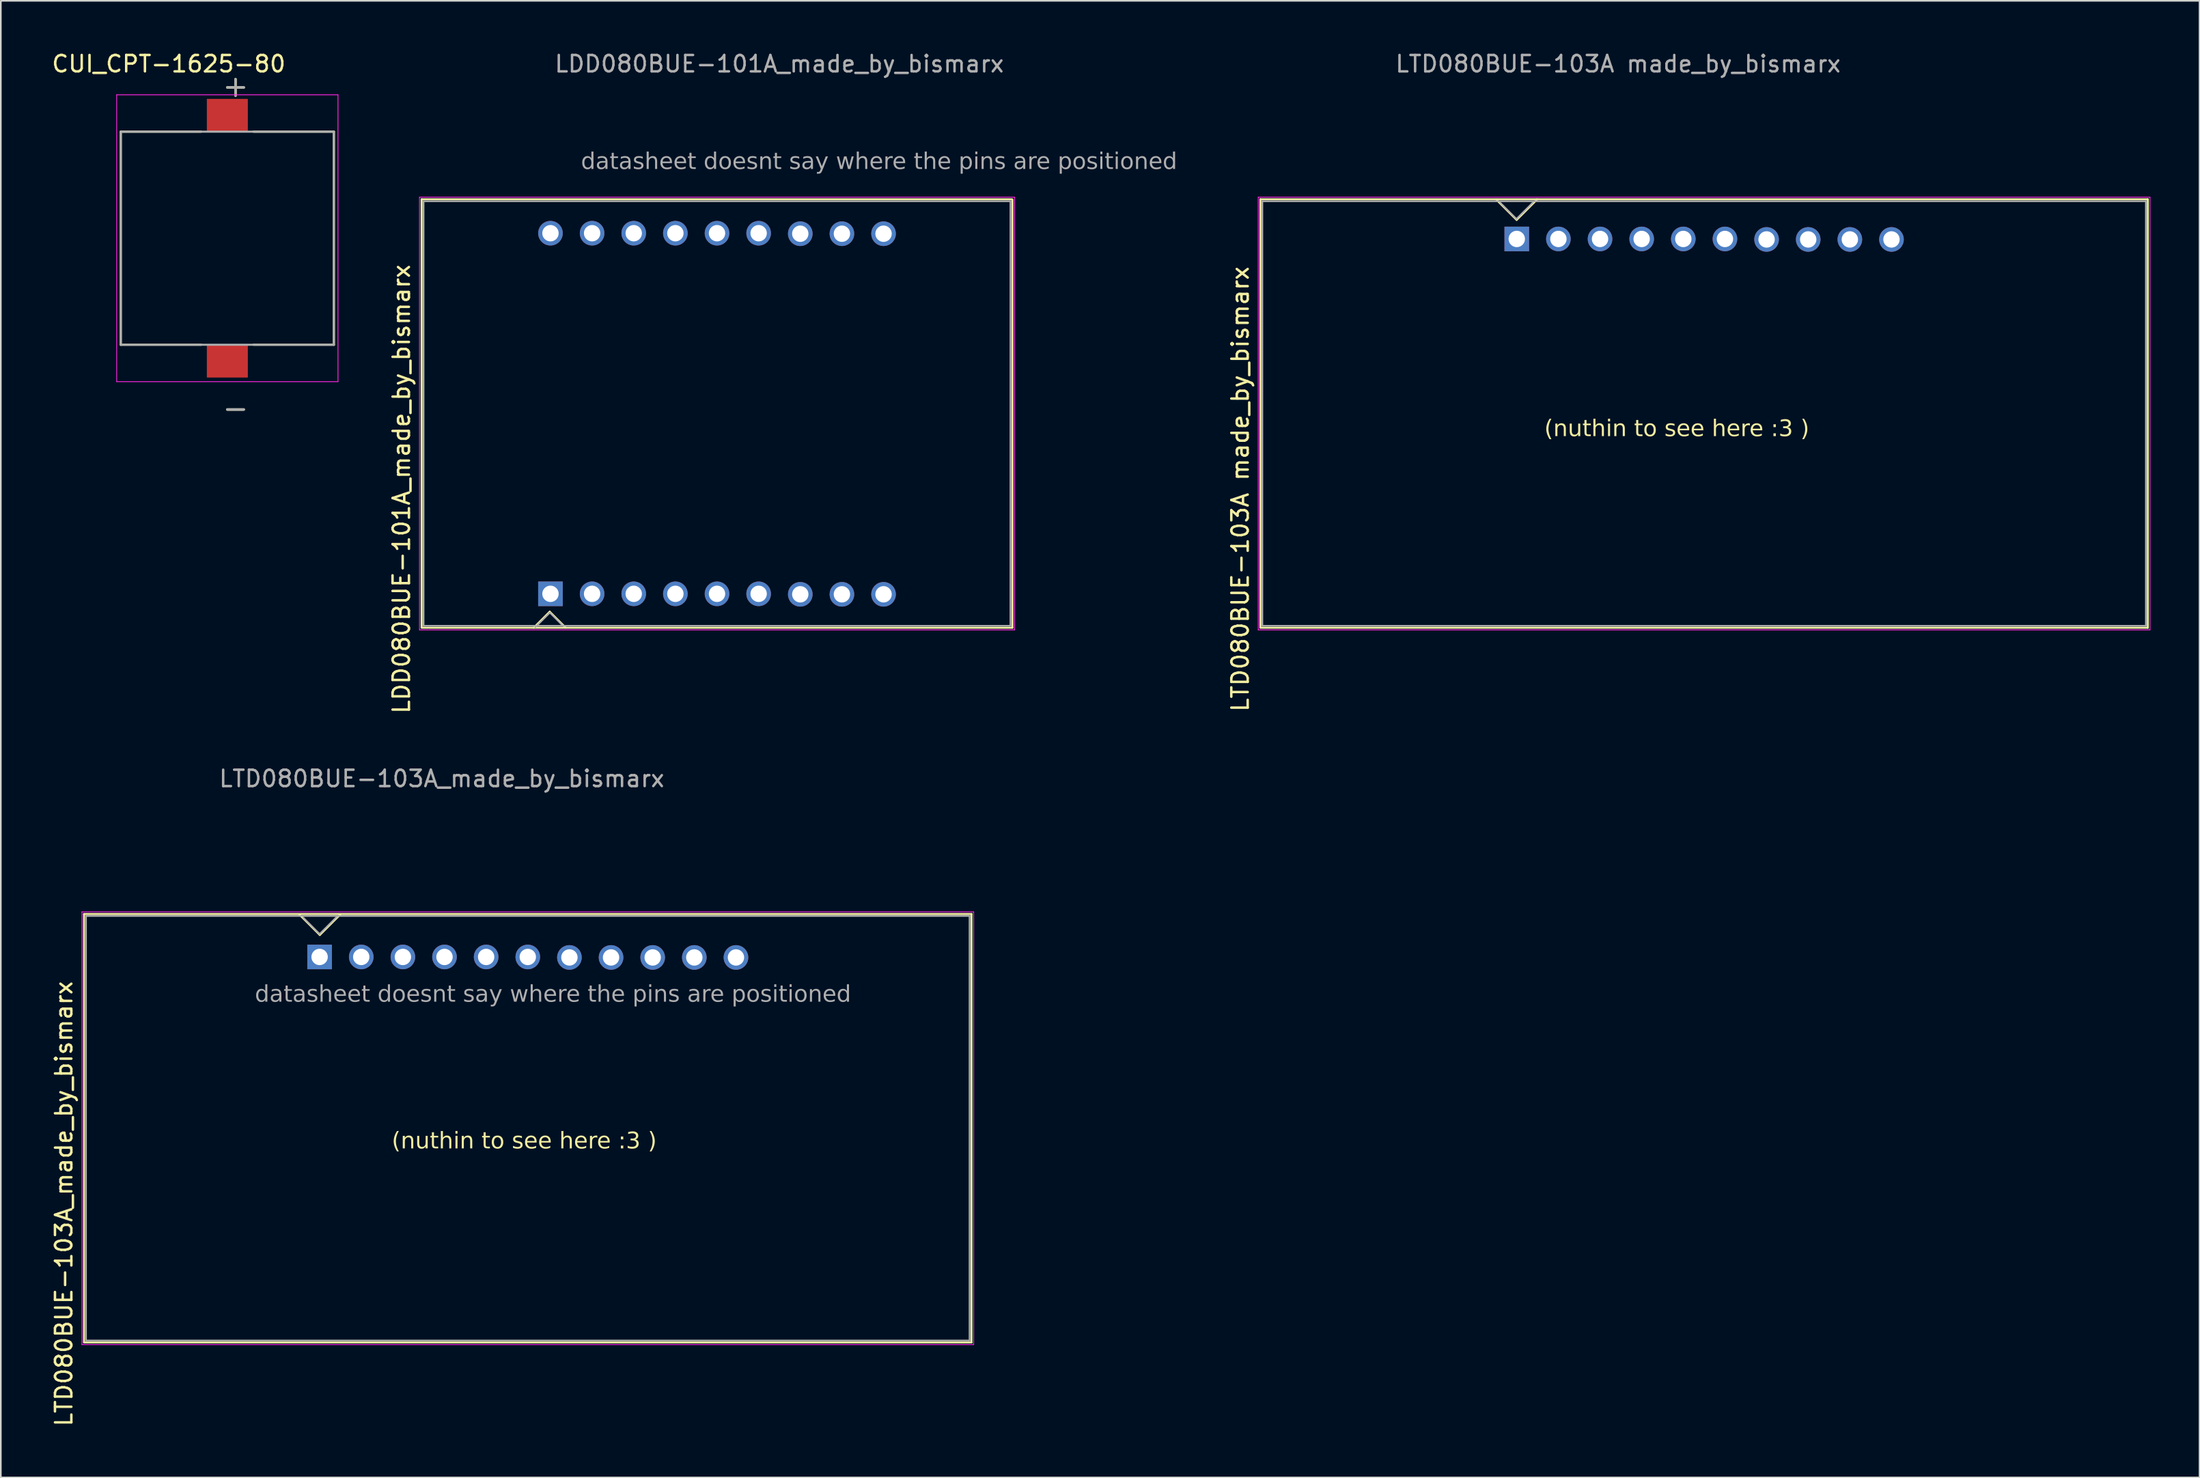
<source format=kicad_pcb>
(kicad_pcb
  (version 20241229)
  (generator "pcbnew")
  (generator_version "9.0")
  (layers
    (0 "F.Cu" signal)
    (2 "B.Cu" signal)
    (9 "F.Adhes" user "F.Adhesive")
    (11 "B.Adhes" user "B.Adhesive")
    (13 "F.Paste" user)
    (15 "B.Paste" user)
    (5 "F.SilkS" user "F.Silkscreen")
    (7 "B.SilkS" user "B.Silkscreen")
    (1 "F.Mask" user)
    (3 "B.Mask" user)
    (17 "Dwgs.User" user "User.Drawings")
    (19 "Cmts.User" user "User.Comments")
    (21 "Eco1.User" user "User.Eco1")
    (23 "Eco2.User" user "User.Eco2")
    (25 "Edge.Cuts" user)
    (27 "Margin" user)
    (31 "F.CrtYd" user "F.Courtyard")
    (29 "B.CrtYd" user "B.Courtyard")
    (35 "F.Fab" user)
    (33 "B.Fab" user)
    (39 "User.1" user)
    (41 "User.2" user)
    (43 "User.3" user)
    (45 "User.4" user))
  (footprint "LTD080BUE-103A made_by_bismarx"
    (layer "F.Cu")
    (at 73.962 35.128)
    (property "Reference" "LTD080BUE-103A made_by_bismarx" (at -1.35 -8.34 90) (layer "F.SilkS") (effects (font (size 1 1) (thickness 0.15))))
    (attr through_hole)
    (fp_line (start -0.12 0.1) (end -0.12 -26.02) (stroke (width 0.12) (type solid)) (layer "F.SilkS"))
    (fp_line (start -0.12 0.12) (end 54.02 0.12) (stroke (width 0.12) (type solid)) (layer "F.SilkS"))
    (fp_line (start 14.271 -26.003) (end 15.513 -24.761) (stroke (width 0.12) (type solid)) (layer "F.SilkS"))
    (fp_line (start 15.512 -24.762) (end 16.765 -26.015) (stroke (width 0.12) (type solid)) (layer "F.SilkS"))
    (fp_line (start 54.02 -26.02) (end -0.12 -26.02) (stroke (width 0.12) (type solid)) (layer "F.SilkS"))
    (fp_line (start 54.02 0.12) (end 54.02 -26.02) (stroke (width 0.12) (type solid)) (layer "F.SilkS"))
    (fp_line (start -0.25 -26.15) (end 54.15 -26.15) (stroke (width 0.05) (type solid)) (layer "F.CrtYd"))
    (fp_line (start -0.25 0.25) (end -0.25 -26.15) (stroke (width 0.05) (type solid)) (layer "F.CrtYd"))
    (fp_line (start 54.15 -26.15) (end 54.15 0.25) (stroke (width 0.05) (type solid)) (layer "F.CrtYd"))
    (fp_line (start 54.15 0.25) (end -0.25 0.25) (stroke (width 0.05) (type solid)) (layer "F.CrtYd"))
    (fp_line (start 0 -25.9) (end 53.9 -25.9) (stroke (width 0.1) (type solid)) (layer "F.Fab"))
    (fp_line (start 0 0) (end 0 -25.9) (stroke (width 0.1) (type solid)) (layer "F.Fab"))
    (fp_line (start 0 0) (end 53.9 0) (stroke (width 0.1) (type solid)) (layer "F.Fab"))
    (fp_line (start 14.5 -25.82) (end 15.5 -24.82) (stroke (width 0.1) (type solid)) (layer "F.Fab"))
    (fp_line (start 15.5 -24.82) (end 16.5 -25.82) (stroke (width 0.1) (type solid)) (layer "F.Fab"))
    (fp_line (start 53.9 0) (end 53.9 -25.9) (stroke (width 0.1) (type solid)) (layer "F.Fab"))
    (fp_text user "(nuthin to see here :3 )" (at 17.2 -11.4 0) (unlocked yes) (layer "F.SilkS") (effects (font (face "Bahnschrift") (size 1 1) (thickness 0.1)) (justify left bottom)))
    (fp_text user "${REFERENCE}" (at 21.7 -34.28 180) (layer "F.Fab") (effects (font (size 1 1) (thickness 0.15))))
    (pad "1" thru_hole rect (at 15.52 -23.6 90) (size 1.5 1.5) (drill 1) (layers "*.Cu" "*.Mask"))
    (pad "2" thru_hole circle (at 18.06 -23.6 90) (size 1.5 1.5) (drill 1) (layers "*.Cu" "*.Mask"))
    (pad "3" thru_hole circle (at 20.6 -23.6 90) (size 1.5 1.5) (drill 1) (layers "*.Cu" "*.Mask"))
    (pad "4" thru_hole circle (at 23.14 -23.6 90) (size 1.5 1.5) (drill 1) (layers "*.Cu" "*.Mask"))
    (pad "5" thru_hole circle (at 25.68 -23.6 90) (size 1.5 1.5) (drill 1) (layers "*.Cu" "*.Mask"))
    (pad "6" thru_hole circle (at 28.22 -23.6 90) (size 1.5 1.5) (drill 1) (layers "*.Cu" "*.Mask"))
    (pad "7" thru_hole circle (at 30.76 -23.57 90) (size 1.5 1.5) (drill 1) (layers "*.Cu" "*.Mask"))
    (pad "8" thru_hole circle (at 33.3 -23.57 90) (size 1.5 1.5) (drill 1) (layers "*.Cu" "*.Mask"))
    (pad "9" thru_hole circle (at 35.84 -23.57 90) (size 1.5 1.5) (drill 1) (layers "*.Cu" "*.Mask"))
    (pad "10" thru_hole circle (at 38.38 -23.57 90) (size 1.5 1.5) (drill 1) (layers "*.Cu" "*.Mask")))
  (footprint "LDD080BUE-101A_made_by_bismarx"
    (layer "F.Cu")
    (at 22.792 35.128)
    (property "Reference" "LDD080BUE-101A_made_by_bismarx" (at -1.35 -8.34 90) (layer "F.SilkS") (effects (font (size 1 1) (thickness 0.15))))
    (attr through_hole)
    (fp_line (start -0.12 0.1) (end -0.12 -26.02) (stroke (width 0.12) (type solid)) (layer "F.SilkS"))
    (fp_line (start -0.12 0.12) (end 35.92 0.12) (stroke (width 0.12) (type solid)) (layer "F.SilkS"))
    (fp_line (start 7.694 -0.858) (end 6.722 0.114) (stroke (width 0.12) (type solid)) (layer "F.SilkS"))
    (fp_line (start 8.66 0.108) (end 7.693 -0.859) (stroke (width 0.12) (type solid)) (layer "F.SilkS"))
    (fp_line (start 35.9 -26.02) (end -0.12 -26.02) (stroke (width 0.12) (type solid)) (layer "F.SilkS"))
    (fp_line (start 35.92 0.11) (end 35.92 -26) (stroke (width 0.12) (type solid)) (layer "F.SilkS"))
    (fp_line (start -0.25 -26.15) (end 36.05 -26.15) (stroke (width 0.05) (type solid)) (layer "F.CrtYd"))
    (fp_line (start -0.25 0.25) (end -0.25 -26.15) (stroke (width 0.05) (type solid)) (layer "F.CrtYd"))
    (fp_line (start 36.05 -26.15) (end 36.05 0.25) (stroke (width 0.05) (type solid)) (layer "F.CrtYd"))
    (fp_line (start 36.05 0.25) (end -0.25 0.25) (stroke (width 0.05) (type solid)) (layer "F.CrtYd"))
    (fp_line (start 0 -25.9) (end 35.8 -25.9) (stroke (width 0.1) (type solid)) (layer "F.Fab"))
    (fp_line (start 0 0) (end 0 -25.9) (stroke (width 0.1) (type solid)) (layer "F.Fab"))
    (fp_line (start 0 0) (end 35.8 0) (stroke (width 0.1) (type solid)) (layer "F.Fab"))
    (fp_line (start 7.7 -0.8) (end 6.813 0.087) (stroke (width 0.1) (type solid)) (layer "F.Fab"))
    (fp_line (start 8.514 0.009) (end 7.705 -0.8) (stroke (width 0.1) (type solid)) (layer "F.Fab"))
    (fp_line (start 35.8 0) (end 35.8 -25.9) (stroke (width 0.1) (type solid)) (layer "F.Fab"))
    (fp_text user "${REFERENCE}" (at 21.7 -34.28 180) (layer "F.Fab") (effects (font (size 1 1) (thickness 0.15))))
    (fp_text user "datasheet doesnt say where the pins are positioned" (at 9.6 -27.7 0) (unlocked yes) (layer "F.Fab") (effects (font (face "Bahnschrift") (size 1 1) (thickness 0.1)) (justify left bottom)))
    (pad "1" thru_hole rect (at 7.74 -1.95 90) (size 1.5 1.5) (drill 1) (layers "*.Cu" "*.Mask"))
    (pad "2" thru_hole circle (at 10.28 -1.95 90) (size 1.5 1.5) (drill 1) (layers "*.Cu" "*.Mask"))
    (pad "3" thru_hole circle (at 12.82 -1.95 90) (size 1.5 1.5) (drill 1) (layers "*.Cu" "*.Mask"))
    (pad "4" thru_hole circle (at 15.36 -1.95 90) (size 1.5 1.5) (drill 1) (layers "*.Cu" "*.Mask"))
    (pad "5" thru_hole circle (at 17.9 -1.95 90) (size 1.5 1.5) (drill 1) (layers "*.Cu" "*.Mask"))
    (pad "6" thru_hole circle (at 20.44 -1.95 90) (size 1.5 1.5) (drill 1) (layers "*.Cu" "*.Mask"))
    (pad "7" thru_hole circle (at 22.98 -1.92 90) (size 1.5 1.5) (drill 1) (layers "*.Cu" "*.Mask"))
    (pad "8" thru_hole circle (at 25.52 -1.92 90) (size 1.5 1.5) (drill 1) (layers "*.Cu" "*.Mask"))
    (pad "9" thru_hole circle (at 28.06 -1.92 90) (size 1.5 1.5) (drill 1) (layers "*.Cu" "*.Mask"))
    (pad "10" thru_hole circle (at 7.74 -23.95 90) (size 1.5 1.5) (drill 1) (layers "*.Cu" "*.Mask"))
    (pad "11" thru_hole circle (at 10.28 -23.95 90) (size 1.5 1.5) (drill 1) (layers "*.Cu" "*.Mask"))
    (pad "12" thru_hole circle (at 12.82 -23.95 90) (size 1.5 1.5) (drill 1) (layers "*.Cu" "*.Mask"))
    (pad "13" thru_hole circle (at 15.36 -23.95 90) (size 1.5 1.5) (drill 1) (layers "*.Cu" "*.Mask"))
    (pad "14" thru_hole circle (at 17.9 -23.95 90) (size 1.5 1.5) (drill 1) (layers "*.Cu" "*.Mask"))
    (pad "15" thru_hole circle (at 20.44 -23.95 90) (size 1.5 1.5) (drill 1) (layers "*.Cu" "*.Mask"))
    (pad "16" thru_hole circle (at 22.98 -23.92 90) (size 1.5 1.5) (drill 1) (layers "*.Cu" "*.Mask"))
    (pad "17" thru_hole circle (at 25.52 -23.92 180) (size 1.5 1.5) (drill 1) (layers "*.Cu" "*.Mask"))
    (pad "18" thru_hole circle (at 28.06 -23.92 90) (size 1.5 1.5) (drill 1) (layers "*.Cu" "*.Mask")))
  (footprint "CUI_CPT-1625-80"
    (layer "F.Cu")
    (at 10.819 11.483)
    (property "Reference" "CUI_CPT-1625-80" (at -3.575 -10.635 0) (layer "F.SilkS") (effects (font (size 1 1) (thickness 0.15))))
    (attr smd)
    (fp_line (start -6.5 -6.5) (end -6.5 6.5) (stroke (width 0.127) (type solid)) (layer "F.SilkS"))
    (fp_line (start -6.5 6.5) (end -1.6 6.5) (stroke (width 0.127) (type solid)) (layer "F.SilkS"))
    (fp_line (start -1.6 -6.5) (end -6.5 -6.5) (stroke (width 0.127) (type solid)) (layer "F.SilkS"))
    (fp_line (start 1.6 -6.5) (end 6.5 -6.5) (stroke (width 0.127) (type solid)) (layer "F.SilkS"))
    (fp_line (start 6.5 -6.5) (end 6.5 6.5) (stroke (width 0.127) (type solid)) (layer "F.SilkS"))
    (fp_line (start 6.5 6.5) (end 1.6 6.5) (stroke (width 0.127) (type solid)) (layer "F.SilkS"))
    (fp_line (start -6.75 -8.75) (end 6.75 -8.75) (stroke (width 0.05) (type solid)) (layer "F.CrtYd"))
    (fp_line (start -6.75 8.75) (end -6.75 -8.75) (stroke (width 0.05) (type solid)) (layer "F.CrtYd"))
    (fp_line (start 6.75 -8.75) (end 6.75 8.75) (stroke (width 0.05) (type solid)) (layer "F.CrtYd"))
    (fp_line (start 6.75 8.75) (end -6.75 8.75) (stroke (width 0.05) (type solid)) (layer "F.CrtYd"))
    (fp_line (start -6.5 -6.5) (end 6.5 -6.5) (stroke (width 0.127) (type solid)) (layer "F.Fab"))
    (fp_line (start -6.5 6.5) (end -6.5 -6.5) (stroke (width 0.127) (type solid)) (layer "F.Fab"))
    (fp_line (start 6.5 -6.5) (end 6.5 6.5) (stroke (width 0.127) (type solid)) (layer "F.Fab"))
    (fp_line (start 6.5 6.5) (end -6.5 6.5) (stroke (width 0.127) (type solid)) (layer "F.Fab"))
    (fp_text user "+" (at 0.5 -9.3 0) (layer "F.SilkS") (effects (font (size 1.32 1.32) (thickness 0.15))))
    (fp_text user "-" (at 0.5 10.35 0) (layer "F.SilkS") (effects (font (size 1.32 1.32) (thickness 0.15))))
    (fp_text user "+" (at 0.5 -9.3 0) (layer "F.Fab") (effects (font (size 1.32 1.32) (thickness 0.15))))
    (fp_text user "-" (at 0.5 10.35 0) (layer "F.Fab") (effects (font (size 1.32 1.32) (thickness 0.15))))
    (pad "1" smd rect (at 0 -7.5) (size 2.5 2) (layers "F.Cu" "F.Mask" "F.Paste"))
    (pad "2" smd rect (at 0 7.5) (size 2.5 2) (layers "F.Cu" "F.Mask" "F.Paste")))
  (footprint "LTD080BUE-103A_made_by_bismarx"
    (layer "F.Cu")
    (at 2.198 78.732)
    (property "Reference" "LTD080BUE-103A_made_by_bismarx" (at -1.35 -8.34 90) (layer "F.SilkS") (effects (font (size 1 1) (thickness 0.15))))
    (attr through_hole)
    (fp_line (start -0.12 0.1) (end -0.12 -26.02) (stroke (width 0.12) (type solid)) (layer "F.SilkS"))
    (fp_line (start -0.12 0.12) (end 54.02 0.12) (stroke (width 0.12) (type solid)) (layer "F.SilkS"))
    (fp_line (start 13.021 -25.983) (end 14.263 -24.741) (stroke (width 0.12) (type solid)) (layer "F.SilkS"))
    (fp_line (start 14.262 -24.742) (end 15.515 -25.995) (stroke (width 0.12) (type solid)) (layer "F.SilkS"))
    (fp_line (start 54.02 -26.02) (end -0.12 -26.02) (stroke (width 0.12) (type solid)) (layer "F.SilkS"))
    (fp_line (start 54.02 0.12) (end 54.02 -26.02) (stroke (width 0.12) (type solid)) (layer "F.SilkS"))
    (fp_line (start -0.25 -26.15) (end 54.15 -26.15) (stroke (width 0.05) (type solid)) (layer "F.CrtYd"))
    (fp_line (start -0.25 0.25) (end -0.25 -26.15) (stroke (width 0.05) (type solid)) (layer "F.CrtYd"))
    (fp_line (start 54.15 -26.15) (end 54.15 0.25) (stroke (width 0.05) (type solid)) (layer "F.CrtYd"))
    (fp_line (start 54.15 0.25) (end -0.25 0.25) (stroke (width 0.05) (type solid)) (layer "F.CrtYd"))
    (fp_line (start 0 -25.9) (end 53.9 -25.9) (stroke (width 0.1) (type solid)) (layer "F.Fab"))
    (fp_line (start 0 0) (end 0 -25.9) (stroke (width 0.1) (type solid)) (layer "F.Fab"))
    (fp_line (start 0 0) (end 53.9 0) (stroke (width 0.1) (type solid)) (layer "F.Fab"))
    (fp_line (start 13.25 -25.8) (end 14.25 -24.8) (stroke (width 0.1) (type solid)) (layer "F.Fab"))
    (fp_line (start 14.25 -24.8) (end 15.341 -25.891) (stroke (width 0.1) (type solid)) (layer "F.Fab"))
    (fp_line (start 53.9 0) (end 53.9 -25.9) (stroke (width 0.1) (type solid)) (layer "F.Fab"))
    (fp_text user "(nuthin to see here :3 )" (at 18.65 -11.55 0) (unlocked yes) (layer "F.SilkS") (effects (font (face "Bahnschrift") (size 1 1) (thickness 0.1)) (justify left bottom)))
    (fp_text user "datasheet doesnt say where the pins are positioned" (at 10.3 -20.5 0) (unlocked yes) (layer "F.Fab") (effects (font (face "Bahnschrift") (size 1 1) (thickness 0.1)) (justify left bottom)))
    (fp_text user "${REFERENCE}" (at 21.7 -34.28 180) (layer "F.Fab") (effects (font (size 1 1) (thickness 0.15))))
    (pad "1" thru_hole rect (at 14.25 -23.4 90) (size 1.5 1.5) (drill 1) (layers "*.Cu" "*.Mask"))
    (pad "2" thru_hole circle (at 16.79 -23.4 90) (size 1.5 1.5) (drill 1) (layers "*.Cu" "*.Mask"))
    (pad "3" thru_hole circle (at 19.33 -23.4 90) (size 1.5 1.5) (drill 1) (layers "*.Cu" "*.Mask"))
    (pad "4" thru_hole circle (at 21.87 -23.4 90) (size 1.5 1.5) (drill 1) (layers "*.Cu" "*.Mask"))
    (pad "5" thru_hole circle (at 24.41 -23.4 90) (size 1.5 1.5) (drill 1) (layers "*.Cu" "*.Mask"))
    (pad "6" thru_hole circle (at 26.95 -23.4 90) (size 1.5 1.5) (drill 1) (layers "*.Cu" "*.Mask"))
    (pad "7" thru_hole circle (at 29.49 -23.37 90) (size 1.5 1.5) (drill 1) (layers "*.Cu" "*.Mask"))
    (pad "8" thru_hole circle (at 32.03 -23.37 90) (size 1.5 1.5) (drill 1) (layers "*.Cu" "*.Mask"))
    (pad "9" thru_hole circle (at 34.57 -23.37 90) (size 1.5 1.5) (drill 1) (layers "*.Cu" "*.Mask"))
    (pad "10" thru_hole circle (at 37.11 -23.37 90) (size 1.5 1.5) (drill 1) (layers "*.Cu" "*.Mask"))
    (pad "11" thru_hole circle (at 39.65 -23.37 90) (size 1.5 1.5) (drill 1) (layers "*.Cu" "*.Mask")))
  (gr_rect
    (start -3 -3)
    (end 131.137 87.088)
    (stroke (width 0.1) (type default))
    (fill no)
    (layer "Edge.Cuts")))
</source>
